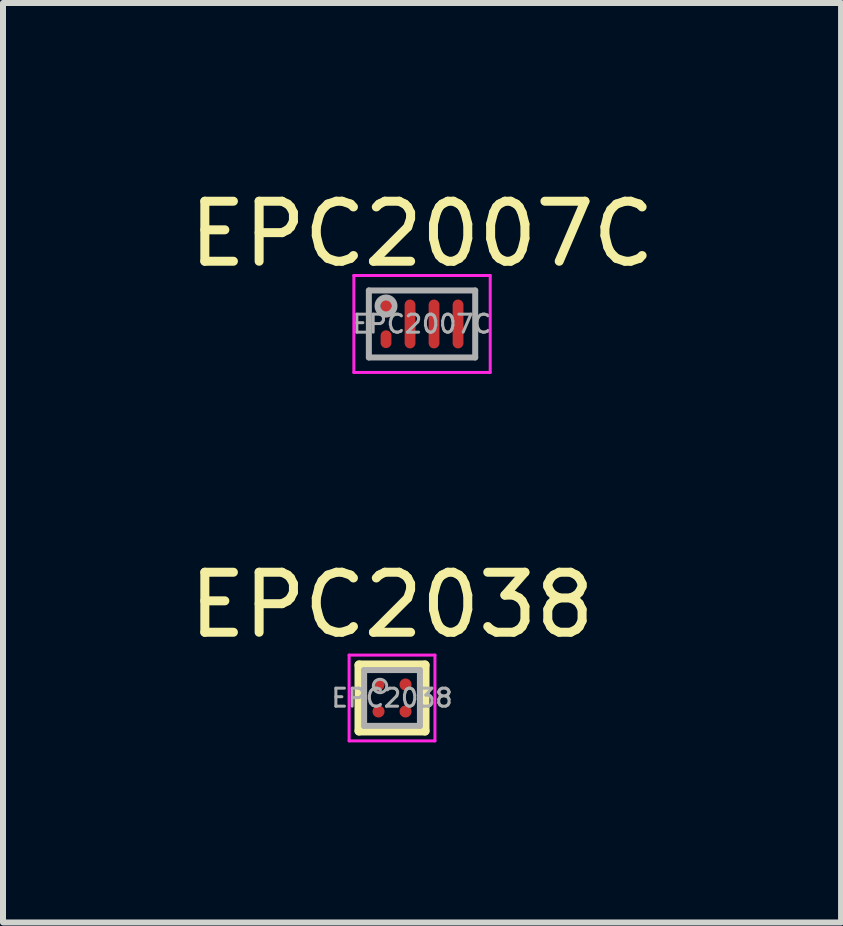
<source format=kicad_pcb>
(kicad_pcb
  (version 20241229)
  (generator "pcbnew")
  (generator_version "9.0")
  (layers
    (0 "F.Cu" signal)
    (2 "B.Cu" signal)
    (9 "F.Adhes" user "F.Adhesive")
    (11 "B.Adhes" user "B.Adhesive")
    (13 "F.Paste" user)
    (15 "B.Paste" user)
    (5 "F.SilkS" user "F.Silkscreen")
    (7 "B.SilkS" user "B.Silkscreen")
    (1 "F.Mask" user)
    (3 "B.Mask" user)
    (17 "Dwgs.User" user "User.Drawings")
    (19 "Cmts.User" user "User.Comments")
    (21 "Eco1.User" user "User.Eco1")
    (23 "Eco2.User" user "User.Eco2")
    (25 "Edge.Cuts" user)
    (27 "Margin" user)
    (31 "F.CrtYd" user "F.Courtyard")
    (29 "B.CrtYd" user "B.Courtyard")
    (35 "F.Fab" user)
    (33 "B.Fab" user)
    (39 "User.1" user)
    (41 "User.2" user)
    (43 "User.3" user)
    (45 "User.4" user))
  (footprint "EPC2007C"
    (layer "F.Cu")
    (at 3.982 2.348)
    (property "Reference" "EPC2007C" (at 0 -1.5 0) (layer "F.SilkS") (effects (font (size 1 1) (thickness 0.15))))
    (attr smd)
    (fp_line (start -1.136 -0.808) (end 1.136 -0.808) (stroke (width 0.05) (type solid)) (layer "F.CrtYd"))
    (fp_line (start -1.136 0.808) (end -1.136 -0.808) (stroke (width 0.05) (type solid)) (layer "F.CrtYd"))
    (fp_line (start 1.136 -0.808) (end 1.136 0.808) (stroke (width 0.05) (type solid)) (layer "F.CrtYd"))
    (fp_line (start 1.136 0.808) (end -1.136 0.808) (stroke (width 0.05) (type solid)) (layer "F.CrtYd"))
    (fp_line (start -0.886 -0.558) (end 0.886 -0.558) (stroke (width 0.1) (type solid)) (layer "F.Fab"))
    (fp_line (start -0.886 0.558) (end -0.886 -0.558) (stroke (width 0.1) (type solid)) (layer "F.Fab"))
    (fp_line (start 0.886 -0.558) (end 0.886 0.558) (stroke (width 0.1) (type solid)) (layer "F.Fab"))
    (fp_line (start 0.886 0.558) (end -0.886 0.558) (stroke (width 0.1) (type solid)) (layer "F.Fab"))
    (fp_circle (center -0.6 -0.3) (end -0.5 -0.2) (stroke (width 0.1) (type solid)) (fill no) (layer "F.Fab"))
    (fp_text user "${REFERENCE}" (at 0 0 0) (layer "F.Fab") (effects (font (size 0.3 0.3) (thickness 0.05))))
    (pad "1" smd oval (at -0.6 -0.254) (size 0.18 0.296) (layers "F.Cu" "F.Mask" "F.Paste"))
    (pad "2" smd oval (at -0.6 0.254) (size 0.18 0.296) (layers "F.Cu" "F.Mask" "F.Paste"))
    (pad "3" smd oval (at -0.2 0) (size 0.18 0.814) (layers "F.Cu" "F.Mask" "F.Paste"))
    (pad "3" smd oval (at 0.6 0) (size 0.18 0.814) (layers "F.Cu" "F.Mask" "F.Paste"))
    (pad "4" smd oval (at 0.2 0) (size 0.18 0.814) (layers "F.Cu" "F.Mask" "F.Paste")))
  (footprint "EPC2038"
    (layer "F.Cu")
    (at 3.482 8.58)
    (property "Reference" "EPC2038" (at 0 -1.55 0) (layer "F.SilkS") (effects (font (size 1 1) (thickness 0.15))))
    (attr smd)
    (fp_line (start -0.55 -0.55) (end 0.55 -0.55) (stroke (width 0.15) (type solid)) (layer "F.SilkS"))
    (fp_line (start -0.55 0.55) (end -0.55 -0.55) (stroke (width 0.15) (type solid)) (layer "F.SilkS"))
    (fp_line (start 0.55 -0.55) (end 0.55 0.55) (stroke (width 0.15) (type solid)) (layer "F.SilkS"))
    (fp_line (start 0.55 0.55) (end -0.55 0.55) (stroke (width 0.15) (type solid)) (layer "F.SilkS"))
    (fp_line (start -0.715 -0.715) (end 0.715 -0.715) (stroke (width 0.05) (type solid)) (layer "F.CrtYd"))
    (fp_line (start -0.715 0.715) (end -0.715 -0.715) (stroke (width 0.05) (type solid)) (layer "F.CrtYd"))
    (fp_line (start 0.715 -0.715) (end 0.715 0.715) (stroke (width 0.05) (type solid)) (layer "F.CrtYd"))
    (fp_line (start 0.715 0.715) (end -0.715 0.715) (stroke (width 0.05) (type solid)) (layer "F.CrtYd"))
    (fp_line (start -0.465 -0.465) (end 0.465 -0.465) (stroke (width 0.1) (type solid)) (layer "F.Fab"))
    (fp_line (start -0.465 0.465) (end -0.465 -0.465) (stroke (width 0.1) (type solid)) (layer "F.Fab"))
    (fp_line (start 0.465 -0.465) (end 0.465 0.465) (stroke (width 0.1) (type solid)) (layer "F.Fab"))
    (fp_line (start 0.465 0.465) (end -0.465 0.465) (stroke (width 0.1) (type solid)) (layer "F.Fab"))
    (fp_circle (center -0.2 -0.2) (end -0.1 -0.15) (stroke (width 0.05) (type solid)) (fill no) (layer "F.Fab"))
    (fp_text user "${REFERENCE}" (at 0 0 0) (layer "F.Fab") (effects (font (size 0.3 0.3) (thickness 0.05))))
    (pad "" smd roundrect (at -0.225 -0.225) (size 0.25 0.25) (layers "F.Paste") (roundrect_rratio 0.24))
    (pad "" smd roundrect (at -0.225 0.225) (size 0.25 0.25) (layers "F.Paste") (roundrect_rratio 0.24))
    (pad "" smd roundrect (at 0.225 -0.225) (size 0.25 0.25) (layers "F.Paste") (roundrect_rratio 0.24))
    (pad "" smd roundrect (at 0.225 0.225) (size 0.25 0.25) (layers "F.Paste") (roundrect_rratio 0.24))
    (pad "1" smd circle (at -0.225 -0.225) (size 0.2 0.2) (layers "F.Cu" "F.Mask"))
    (pad "2" smd circle (at -0.225 0.225) (size 0.2 0.2) (layers "F.Cu" "F.Mask"))
    (pad "2" smd circle (at 0.225 0.225) (size 0.2 0.2) (layers "F.Cu" "F.Mask"))
    (pad "3" smd circle (at 0.225 -0.225) (size 0.2 0.2) (layers "F.Cu" "F.Mask")))
  (gr_rect
    (start -3 -3)
    (end 10.964 12.32)
    (stroke (width 0.1) (type default))
    (fill no)
    (layer "Edge.Cuts")))
</source>
